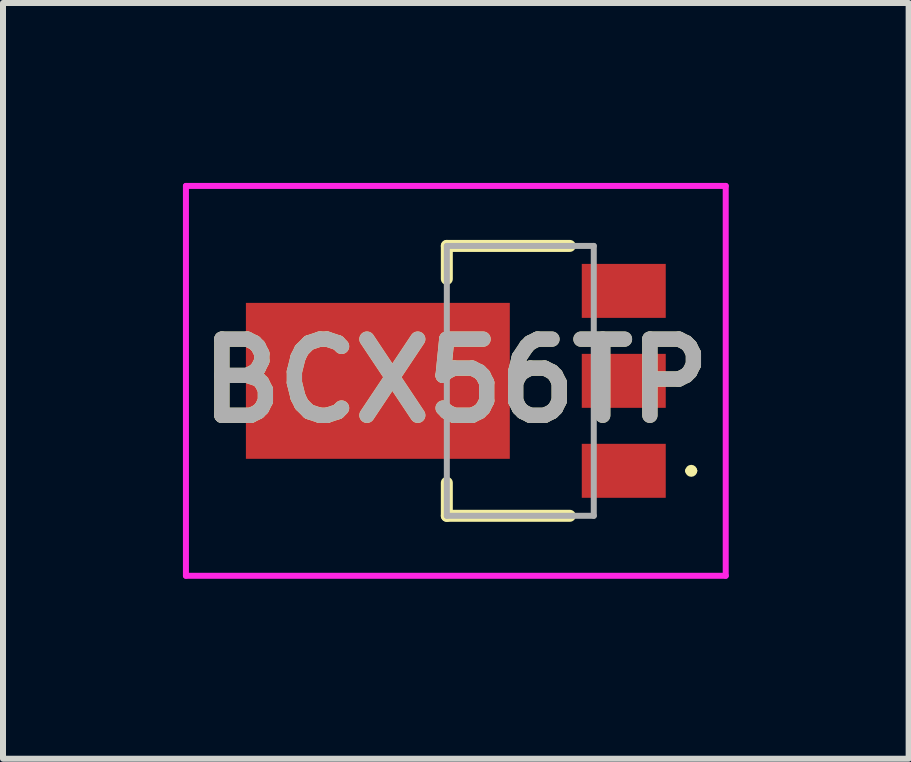
<source format=kicad_pcb>
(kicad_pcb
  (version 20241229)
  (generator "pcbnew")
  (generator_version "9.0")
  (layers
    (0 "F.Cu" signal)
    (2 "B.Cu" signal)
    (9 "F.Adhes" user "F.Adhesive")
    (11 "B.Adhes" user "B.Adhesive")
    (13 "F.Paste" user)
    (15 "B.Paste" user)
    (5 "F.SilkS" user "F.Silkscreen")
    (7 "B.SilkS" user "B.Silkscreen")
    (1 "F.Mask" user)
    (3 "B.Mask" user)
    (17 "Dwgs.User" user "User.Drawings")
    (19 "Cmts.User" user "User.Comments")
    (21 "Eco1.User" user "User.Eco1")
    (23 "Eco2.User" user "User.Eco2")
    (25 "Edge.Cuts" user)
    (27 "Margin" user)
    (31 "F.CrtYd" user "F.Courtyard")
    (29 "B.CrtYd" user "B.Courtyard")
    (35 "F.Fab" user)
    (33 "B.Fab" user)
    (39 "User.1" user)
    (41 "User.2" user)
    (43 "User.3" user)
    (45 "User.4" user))
  (footprint "BCX56TP"
    (layer "F.Cu")
    (at 5.625 3.3)
    (property "Reference" "BCX56TP" (at -1.075 0 0) (layer "F.SilkS") (effects (font (size 1.27 1.27) (thickness 0.254))))
    (attr smd)
    (fp_line (start -1.225 -2.25) (end 0.825 -2.25) (stroke (width 0.2) (type solid)) (layer "F.SilkS"))
    (fp_line (start -1.225 -1.7) (end -1.225 -2.25) (stroke (width 0.2) (type solid)) (layer "F.SilkS"))
    (fp_line (start -1.225 1.7) (end -1.225 2.25) (stroke (width 0.2) (type solid)) (layer "F.SilkS"))
    (fp_line (start -1.225 2.25) (end 0.825 2.25) (stroke (width 0.2) (type solid)) (layer "F.SilkS"))
    (fp_line (start 2.8 1.5) (end 2.8 1.5) (stroke (width 0.1) (type solid)) (layer "F.SilkS"))
    (fp_line (start 2.9 1.5) (end 2.9 1.5) (stroke (width 0.1) (type solid)) (layer "F.SilkS"))
    (fp_arc (start 2.8 1.5) (mid 2.85 1.45) (end 2.9 1.5) (stroke (width 0.1) (type solid)) (layer "F.SilkS"))
    (fp_arc (start 2.9 1.5) (mid 2.85 1.55) (end 2.8 1.5) (stroke (width 0.1) (type solid)) (layer "F.SilkS"))
    (fp_line (start -5.575 -3.25) (end 3.425 -3.25) (stroke (width 0.1) (type solid)) (layer "F.CrtYd"))
    (fp_line (start -5.575 3.25) (end -5.575 -3.25) (stroke (width 0.1) (type solid)) (layer "F.CrtYd"))
    (fp_line (start 3.425 -3.25) (end 3.425 3.25) (stroke (width 0.1) (type solid)) (layer "F.CrtYd"))
    (fp_line (start 3.425 3.25) (end -5.575 3.25) (stroke (width 0.1) (type solid)) (layer "F.CrtYd"))
    (fp_line (start -1.225 -2.25) (end -1.225 2.25) (stroke (width 0.1) (type solid)) (layer "F.Fab"))
    (fp_line (start -1.225 2.25) (end 1.225 2.25) (stroke (width 0.1) (type solid)) (layer "F.Fab"))
    (fp_line (start 1.225 -2.25) (end -1.225 -2.25) (stroke (width 0.1) (type solid)) (layer "F.Fab"))
    (fp_line (start 1.225 2.25) (end 1.225 -2.25) (stroke (width 0.1) (type solid)) (layer "F.Fab"))
    (fp_text user "${REFERENCE}" (at -1.075 0 0) (layer "F.Fab") (effects (font (size 1.27 1.27) (thickness 0.254))))
    (pad "1" smd rect (at 1.725 1.5 90) (size 0.9 1.4) (layers "F.Cu" "F.Mask" "F.Paste"))
    (pad "2" smd rect (at 1.725 0 90) (size 0.9 1.4) (layers "F.Cu" "F.Mask" "F.Paste"))
    (pad "3" smd rect (at 1.725 -1.5 90) (size 0.9 1.4) (layers "F.Cu" "F.Mask" "F.Paste"))
    (pad "4" smd rect (at -2.375 0 90) (size 2.6 4.4) (layers "F.Cu" "F.Mask" "F.Paste")))
  (gr_rect
    (start -3 -3)
    (end 12.1 9.6)
    (stroke (width 0.1) (type default))
    (fill no)
    (layer "Edge.Cuts")))
</source>
